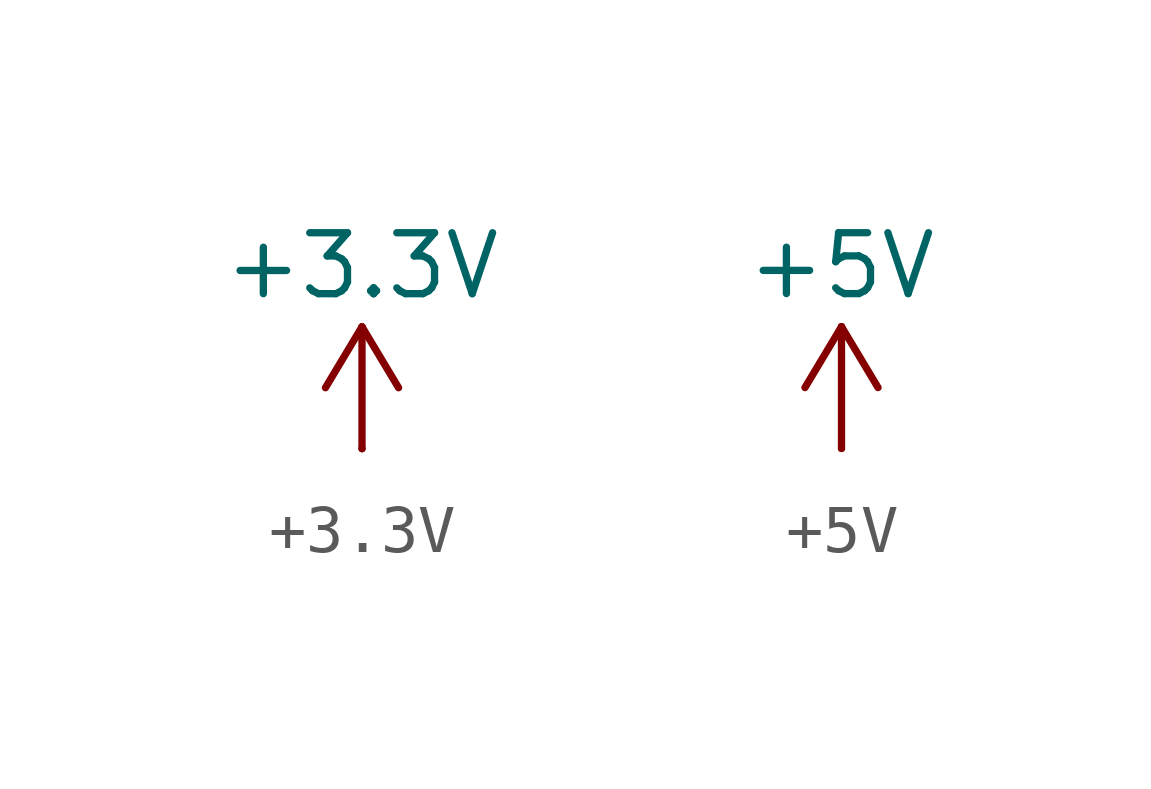
<source format=kicad_sym>
(kicad_symbol_lib
  (version 20231120)
  (generator "kicad_symbol_editor")
  (generator_version "8.0")
  (symbol "+3.3V"
    (power)
    (pin_numbers hide)
    (pin_names
      (offset 0) hide)
    (property "Reference" "#PWR"
      (at 0 -3.81 0)
      (effects (font (size 1.27 1.27)) (hide yes)))
    (property "Value" "+3.3V"
      (at 0 3.81 0)
      (effects (font (size 1.27 1.27))))
    (symbol "+3.3V_0_1"
      (polyline (pts (xy -0.762 1.27) (xy 0 2.54)) (stroke (width 0) (type default)) (fill (type none)))
      (polyline (pts (xy 0 0) (xy 0 2.54)) (stroke (width 0) (type default)) (fill (type none)))
      (polyline (pts (xy 0 2.54) (xy 0.762 1.27)) (stroke (width 0) (type default)) (fill (type none))))
    (symbol "+3.3V_1_1"
      (pin power_in line (at 0 0 90) (length 0) (name "~" (effects (font (size 1.27 1.27)))) (number "1" (effects (font (size 1.27 1.27)))))))
  (symbol "+5V"
    (power)
    (pin_numbers hide)
    (pin_names
      (offset 0) hide)
    (property "Reference" "#PWR"
      (at 0 -3.81 0)
      (effects (font (size 1.27 1.27)) (hide yes)))
    (property "Value" "+5V"
      (at 0 3.81 0)
      (effects (font (size 1.27 1.27))))
    (symbol "+5V_0_1"
      (polyline (pts (xy -0.762 1.27) (xy 0 2.54)) (stroke (width 0) (type default)) (fill (type none)))
      (polyline (pts (xy 0 0) (xy 0 2.54)) (stroke (width 0) (type default)) (fill (type none)))
      (polyline (pts (xy 0 2.54) (xy 0.762 1.27)) (stroke (width 0) (type default)) (fill (type none))))
    (symbol "+5V_1_1"
      (pin power_in line (at 0 0 90) (length 0) (name "~" (effects (font (size 1.27 1.27)))) (number "1" (effects (font (size 1.27 1.27))))))))
</source>
